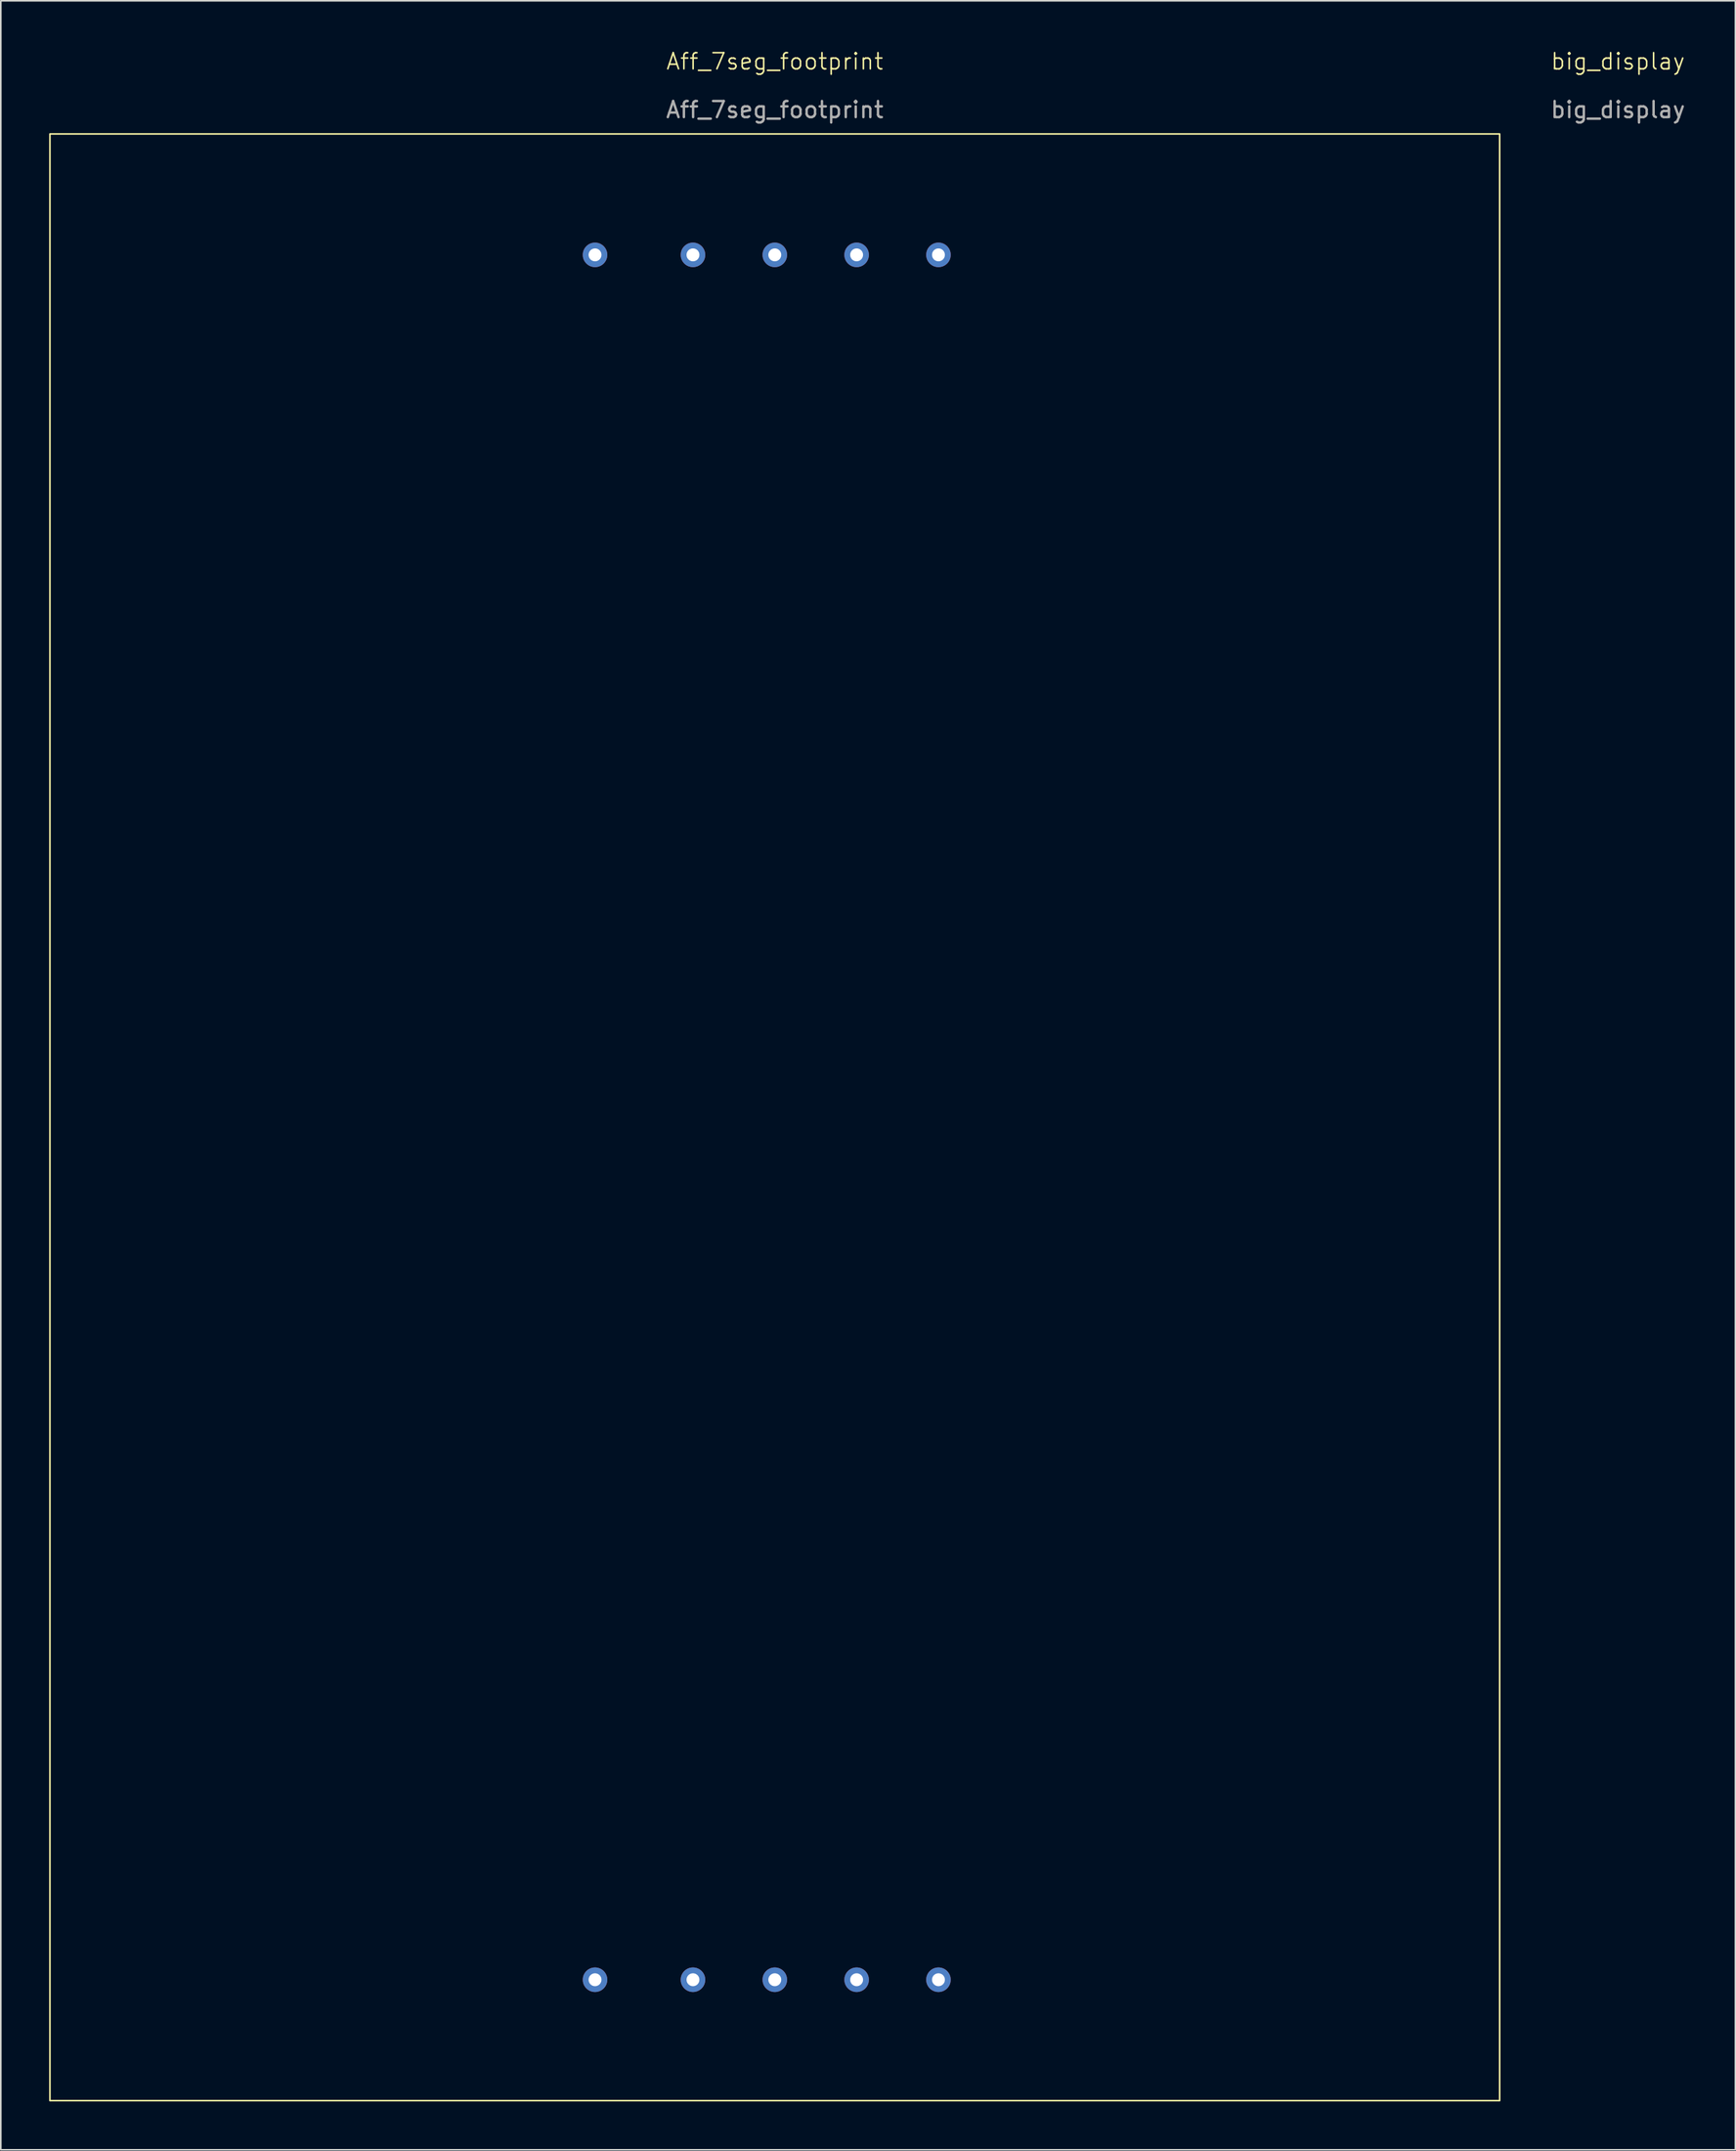
<source format=kicad_pcb>
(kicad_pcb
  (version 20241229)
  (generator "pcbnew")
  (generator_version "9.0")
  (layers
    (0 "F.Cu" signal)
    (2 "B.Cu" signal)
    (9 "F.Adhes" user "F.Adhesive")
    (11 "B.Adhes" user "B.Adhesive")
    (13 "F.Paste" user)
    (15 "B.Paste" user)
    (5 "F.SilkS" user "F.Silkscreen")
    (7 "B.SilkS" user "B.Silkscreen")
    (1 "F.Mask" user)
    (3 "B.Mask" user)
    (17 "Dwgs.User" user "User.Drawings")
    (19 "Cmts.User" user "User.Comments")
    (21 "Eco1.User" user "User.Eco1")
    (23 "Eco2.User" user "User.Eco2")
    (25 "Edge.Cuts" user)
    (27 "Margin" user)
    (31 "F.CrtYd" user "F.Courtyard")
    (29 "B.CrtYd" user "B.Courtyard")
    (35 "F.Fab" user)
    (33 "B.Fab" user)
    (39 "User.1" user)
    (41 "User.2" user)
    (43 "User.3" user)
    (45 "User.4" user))
  (footprint "big_display"
    (layer "F.Cu")
    (at 97.392 1.26)
    (property "Reference" "big_display" (at 0 -0.5 0) (unlocked yes) (layer "F.SilkS") (effects (font (size 1 1) (thickness 0.1))))
    (attr through_hole)
    (fp_text user "${REFERENCE}" (at 0 2.5 0) (unlocked yes) (layer "F.Fab") (effects (font (size 1 1) (thickness 0.15)))))
  (footprint "Aff_7seg_footprint"
    (layer "F.Cu")
    (at 45.05 1.26)
    (property "Reference" "Aff_7seg_footprint" (at 0 -0.5 0) (unlocked yes) (layer "F.SilkS") (effects (font (size 1 1) (thickness 0.1))))
    (attr through_hole)
    (fp_rect (start -45 4) (end 45 126) (stroke (width 0.1) (type default)) (fill no) (layer "F.SilkS"))
    (fp_text user "${REFERENCE}" (at 0 2.5 0) (unlocked yes) (layer "F.Fab") (effects (font (size 1 1) (thickness 0.15))))
    (pad "+12V" thru_hole circle (at 0 11.5) (size 1.524 1.524) (drill 0.8) (layers "*.Cu" "*.Mask"))
    (pad "+12V" thru_hole circle (at 0 118.5) (size 1.524 1.524) (drill 0.8) (layers "*.Cu" "*.Mask"))
    (pad "a" thru_hole circle (at 5.08 11.5) (size 1.524 1.524) (drill 0.8) (layers "*.Cu" "*.Mask"))
    (pad "b" thru_hole circle (at 10.16 11.5) (size 1.524 1.524) (drill 0.8) (layers "*.Cu" "*.Mask"))
    (pad "c" thru_hole circle (at 5.08 118.5) (size 1.524 1.524) (drill 0.8) (layers "*.Cu" "*.Mask"))
    (pad "d" thru_hole circle (at -5.08 118.5) (size 1.524 1.524) (drill 0.8) (layers "*.Cu" "*.Mask"))
    (pad "dp" thru_hole circle (at 10.16 118.5) (size 1.524 1.524) (drill 0.8) (layers "*.Cu" "*.Mask"))
    (pad "e" thru_hole circle (at -11.16 118.5) (size 1.524 1.524) (drill 0.8) (layers "*.Cu" "*.Mask"))
    (pad "f" thru_hole circle (at -5.08 11.5) (size 1.524 1.524) (drill 0.8) (layers "*.Cu" "*.Mask"))
    (pad "g" thru_hole circle (at -11.16 11.5) (size 1.524 1.524) (drill 0.8) (layers "*.Cu" "*.Mask")))
  (gr_rect
    (start -3 -3)
    (end 104.683 130.31)
    (stroke (width 0.1) (type default))
    (fill no)
    (layer "Edge.Cuts")))
</source>
